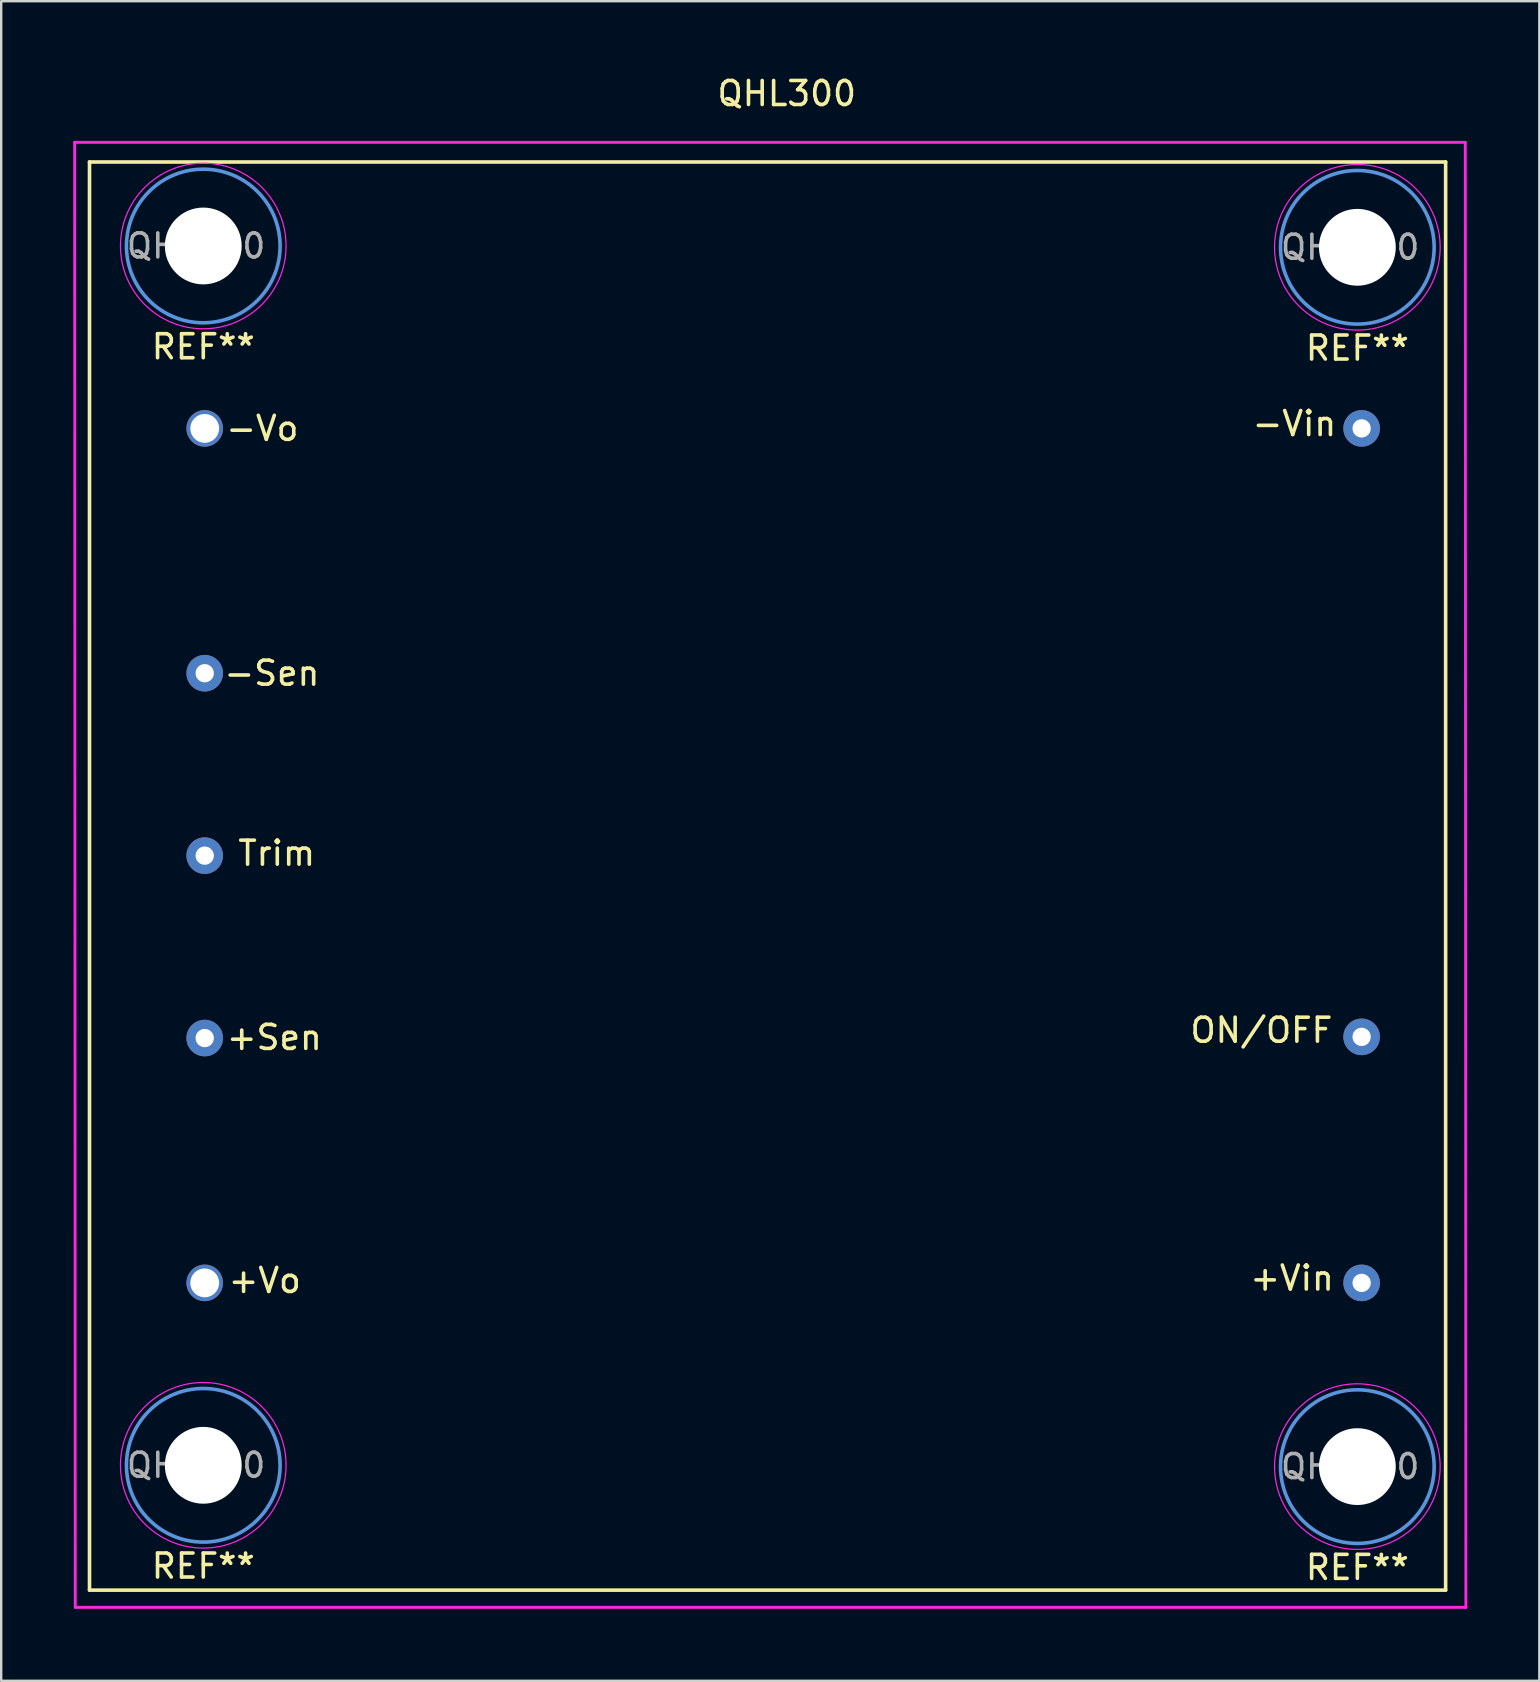
<source format=kicad_pcb>
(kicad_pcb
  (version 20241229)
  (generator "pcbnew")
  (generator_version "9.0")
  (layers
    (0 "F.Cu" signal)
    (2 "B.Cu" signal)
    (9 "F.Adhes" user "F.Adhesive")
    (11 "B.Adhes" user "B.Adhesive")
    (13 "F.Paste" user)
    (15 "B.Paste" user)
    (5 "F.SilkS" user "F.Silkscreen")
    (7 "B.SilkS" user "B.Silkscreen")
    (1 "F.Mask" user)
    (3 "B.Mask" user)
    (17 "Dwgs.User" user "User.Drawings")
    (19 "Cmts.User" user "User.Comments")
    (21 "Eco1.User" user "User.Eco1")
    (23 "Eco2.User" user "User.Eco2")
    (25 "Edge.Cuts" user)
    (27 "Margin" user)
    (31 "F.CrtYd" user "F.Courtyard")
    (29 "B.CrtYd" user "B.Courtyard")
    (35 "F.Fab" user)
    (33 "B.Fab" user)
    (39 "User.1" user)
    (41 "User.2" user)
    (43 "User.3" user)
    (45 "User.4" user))
  (footprint "QHL300"
    (layer "F.Cu")
    (at 53.679 57.998)
    (property "Reference" "QHL300" (at -23.95 -57.15 180) (layer "F.SilkS") (effects (font (size 1 1) (thickness 0.15))))
    (attr through_hole)
    (fp_line (start -53 -54.3) (end -53 5.2) (stroke (width 0.15) (type solid)) (layer "F.SilkS"))
    (fp_line (start -53 5.2) (end 3.5 5.2) (stroke (width 0.15) (type solid)) (layer "F.SilkS"))
    (fp_line (start 3.5 -54.3) (end -53 -54.3) (stroke (width 0.15) (type solid)) (layer "F.SilkS"))
    (fp_line (start 3.5 5.2) (end 3.5 -54.3) (stroke (width 0.15) (type solid)) (layer "F.SilkS"))
    (fp_circle (center -48.26 -50.8) (end -51.46 -50.8) (stroke (width 0.15) (type solid)) (fill no) (layer "Cmts.User"))
    (fp_circle (center -48.26 0) (end -51.46 0) (stroke (width 0.15) (type solid)) (fill no) (layer "Cmts.User"))
    (fp_circle (center -0.178 -50.745) (end -3.378 -50.745) (stroke (width 0.15) (type solid)) (fill no) (layer "Cmts.User"))
    (fp_circle (center -0.178 0.055) (end -3.378 0.055) (stroke (width 0.15) (type solid)) (fill no) (layer "Cmts.User"))
    (fp_line (start -53.594 5.918) (end -53.619 -55.118) (stroke (width 0.12) (type solid)) (layer "F.CrtYd"))
    (fp_line (start -53.594 5.918) (end 4.343 5.918) (stroke (width 0.12) (type solid)) (layer "F.CrtYd"))
    (fp_line (start 4.318 -55.118) (end -53.619 -55.118) (stroke (width 0.12) (type solid)) (layer "F.CrtYd"))
    (fp_line (start 4.318 -55.118) (end 4.343 5.918) (stroke (width 0.12) (type solid)) (layer "F.CrtYd"))
    (fp_circle (center -48.26 -50.8) (end -51.71 -50.8) (stroke (width 0.05) (type solid)) (fill no) (layer "F.CrtYd"))
    (fp_circle (center -48.26 0) (end -51.71 0) (stroke (width 0.05) (type solid)) (fill no) (layer "F.CrtYd"))
    (fp_circle (center -0.178 -50.745) (end -3.628 -50.745) (stroke (width 0.05) (type solid)) (fill no) (layer "F.CrtYd"))
    (fp_circle (center -0.178 0.055) (end -3.628 0.055) (stroke (width 0.05) (type solid)) (fill no) (layer "F.CrtYd"))
    (fp_text user "REF**" (at -48.26 4.2 180) (layer "F.SilkS") (effects (font (size 1 1) (thickness 0.15))))
    (fp_text user "+Vo" (at -45.7 -7.7 0) (layer "F.SilkS") (effects (font (size 1 1) (thickness 0.15))))
    (fp_text user "REF**" (at -0.178 4.255 180) (layer "F.SilkS") (effects (font (size 1 1) (thickness 0.15))))
    (fp_text user "ON/OFF" (at -4.175 -18.125 0) (layer "F.SilkS") (effects (font (size 1 1) (thickness 0.15))))
    (fp_text user "+Vin" (at -2.9 -7.8 0) (layer "F.SilkS") (effects (font (size 1 1) (thickness 0.15))))
    (fp_text user "-Sen" (at -45.4 -33 0) (layer "F.SilkS") (effects (font (size 1 1) (thickness 0.15))))
    (fp_text user "-Vo" (at -45.8 -43.2 0) (layer "F.SilkS") (effects (font (size 1 1) (thickness 0.15))))
    (fp_text user "REF**" (at -0.178 -46.545 180) (layer "F.SilkS") (effects (font (size 1 1) (thickness 0.15))))
    (fp_text user "REF**" (at -48.26 -46.6 180) (layer "F.SilkS") (effects (font (size 1 1) (thickness 0.15))))
    (fp_text user "+Sen" (at -45.3 -17.825 0) (layer "F.SilkS") (effects (font (size 1 1) (thickness 0.15))))
    (fp_text user "-Vin" (at -2.8 -43.4 0) (layer "F.SilkS") (effects (font (size 1 1) (thickness 0.15))))
    (fp_text user "Trim" (at -45.2 -25.5 0) (layer "F.SilkS") (effects (font (size 1 1) (thickness 0.15))))
    (fp_text user "${REFERENCE}" (at -0.478 0.055 180) (layer "F.Fab") (effects (font (size 1 1) (thickness 0.15))))
    (fp_text user "${REFERENCE}" (at -48.56 -50.8 180) (layer "F.Fab") (effects (font (size 1 1) (thickness 0.15))))
    (fp_text user "${REFERENCE}" (at -48.56 0 180) (layer "F.Fab") (effects (font (size 1 1) (thickness 0.15))))
    (fp_text user "${REFERENCE}" (at -0.478 -50.745 180) (layer "F.Fab") (effects (font (size 1 1) (thickness 0.15))))
    (pad "" np_thru_hole circle (at -48.26 -50.8 180) (size 3.2 3.2) (drill 3.2) (layers "*.Cu" "*.Mask"))
    (pad "" np_thru_hole circle (at -48.26 0 180) (size 3.2 3.2) (drill 3.2) (layers "*.Cu" "*.Mask"))
    (pad "" np_thru_hole circle (at -0.178 -50.745 180) (size 3.2 3.2) (drill 3.2) (layers "*.Cu" "*.Mask"))
    (pad "" np_thru_hole circle (at -0.178 0.055 180) (size 3.2 3.2) (drill 3.2) (layers "*.Cu" "*.Mask"))
    (pad "1" thru_hole circle (at 0 -7.6 180) (size 1.524 1.524) (drill 0.762) (layers "*.Cu" "*.Mask"))
    (pad "2" thru_hole circle (at 0 -17.85 180) (size 1.524 1.524) (drill 0.762) (layers "*.Cu" "*.Mask"))
    (pad "3" thru_hole circle (at 0 -43.2 180) (size 1.524 1.524) (drill 0.762) (layers "*.Cu" "*.Mask"))
    (pad "4" thru_hole circle (at -48.2 -43.2 180) (size 1.524 1.524) (drill 1.2) (layers "*.Cu" "*.Mask"))
    (pad "5" thru_hole circle (at -48.2 -33 180) (size 1.524 1.524) (drill 0.762) (layers "*.Cu" "*.Mask"))
    (pad "6" thru_hole circle (at -48.2 -25.4 180) (size 1.524 1.524) (drill 0.762) (layers "*.Cu" "*.Mask"))
    (pad "6" thru_hole circle (at -48.2 -17.8 180) (size 1.524 1.524) (drill 0.762) (layers "*.Cu" "*.Mask"))
    (pad "8" thru_hole circle (at -48.2 -7.6 180) (size 1.524 1.524) (drill 1.2) (layers "*.Cu" "*.Mask")))
  (gr_rect
    (start -3 -3)
    (end 61.083 66.976)
    (stroke (width 0.1) (type default))
    (fill no)
    (layer "Edge.Cuts")))
</source>
